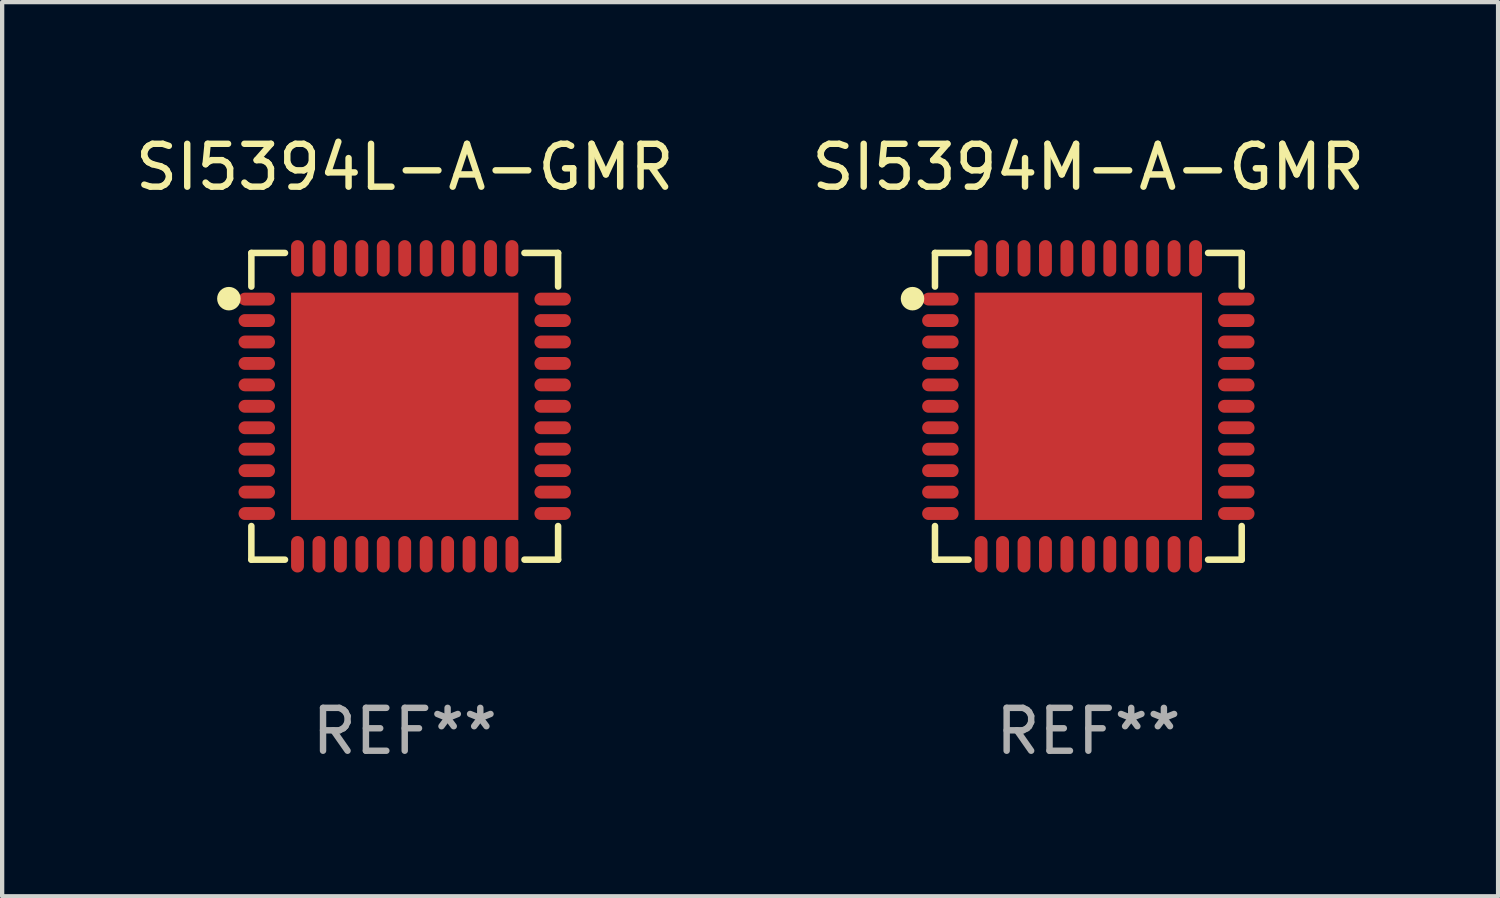
<source format=kicad_pcb>
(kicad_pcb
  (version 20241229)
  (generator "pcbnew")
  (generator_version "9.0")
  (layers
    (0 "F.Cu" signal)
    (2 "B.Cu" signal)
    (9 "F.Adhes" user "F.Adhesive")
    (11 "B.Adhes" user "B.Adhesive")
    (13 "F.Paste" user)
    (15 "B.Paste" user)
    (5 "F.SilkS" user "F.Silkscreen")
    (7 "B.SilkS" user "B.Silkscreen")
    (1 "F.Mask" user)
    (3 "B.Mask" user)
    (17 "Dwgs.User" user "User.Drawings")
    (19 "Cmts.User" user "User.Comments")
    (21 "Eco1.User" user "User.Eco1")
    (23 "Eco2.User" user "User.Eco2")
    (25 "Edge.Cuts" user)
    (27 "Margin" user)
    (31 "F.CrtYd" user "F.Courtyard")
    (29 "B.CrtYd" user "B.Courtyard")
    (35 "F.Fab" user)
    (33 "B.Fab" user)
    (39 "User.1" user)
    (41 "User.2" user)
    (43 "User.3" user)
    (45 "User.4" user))
  (footprint "SI5394M-A-GMR"
    (layer "F.Cu")
    (at 22.327 6.424)
    (property "Reference" "SI5394M-A-GMR" (at 0 -5.576 0) (layer "F.SilkS") (effects (font (size 1 1) (thickness 0.15))))
    (attr through_hole)
    (fp_line (start -3.576 -3.576) (end -2.792 -3.576) (stroke (width 0.152) (type solid)) (layer "F.SilkS"))
    (fp_line (start -3.576 -2.792) (end -3.576 -3.576) (stroke (width 0.152) (type solid)) (layer "F.SilkS"))
    (fp_line (start -3.576 2.792) (end -3.576 3.576) (stroke (width 0.152) (type solid)) (layer "F.SilkS"))
    (fp_line (start -3.576 3.576) (end -2.792 3.576) (stroke (width 0.152) (type solid)) (layer "F.SilkS"))
    (fp_line (start 3.576 -3.576) (end 2.792 -3.576) (stroke (width 0.152) (type solid)) (layer "F.SilkS"))
    (fp_line (start 3.576 -2.792) (end 3.576 -3.576) (stroke (width 0.152) (type solid)) (layer "F.SilkS"))
    (fp_line (start 3.576 2.792) (end 3.576 3.576) (stroke (width 0.152) (type solid)) (layer "F.SilkS"))
    (fp_line (start 3.576 3.576) (end 2.792 3.576) (stroke (width 0.152) (type solid)) (layer "F.SilkS"))
    (fp_arc (start -4.01016 -2.489967) (mid -3.990094 -2.494704) (end -3.970028 -2.489967) (stroke (width 0.254001) (type solid)) (layer "F.SilkS"))
    (fp_arc (start -3.970028 -2.489967) (mid -3.990094 -2.469901) (end -4.01016 -2.489967) (stroke (width 0.254001) (type solid)) (layer "F.SilkS"))
    (fp_circle (center -4.1 -2.51) (end -4.08 -2.51) (stroke (width 0.254) (type solid)) (fill no) (layer "F.SilkS"))
    (fp_text user "REF**" (at 0 7.576 0) (layer "F.Fab") (effects (font (size 1 1) (thickness 0.15))))
    (pad "1" smd oval (at -3.45 -2.5) (size 0.85 0.3) (layers "F.Cu" "F.Mask" "F.Paste"))
    (pad "2" smd oval (at -3.45 -2) (size 0.85 0.3) (layers "F.Cu" "F.Mask" "F.Paste"))
    (pad "3" smd oval (at -3.45 -1.5) (size 0.85 0.3) (layers "F.Cu" "F.Mask" "F.Paste"))
    (pad "4" smd oval (at -3.45 -1) (size 0.85 0.3) (layers "F.Cu" "F.Mask" "F.Paste"))
    (pad "5" smd oval (at -3.45 -0.5) (size 0.85 0.3) (layers "F.Cu" "F.Mask" "F.Paste"))
    (pad "6" smd oval (at -3.45 0) (size 0.85 0.3) (layers "F.Cu" "F.Mask" "F.Paste"))
    (pad "7" smd oval (at -3.45 0.5) (size 0.85 0.3) (layers "F.Cu" "F.Mask" "F.Paste"))
    (pad "8" smd oval (at -3.45 1) (size 0.85 0.3) (layers "F.Cu" "F.Mask" "F.Paste"))
    (pad "9" smd oval (at -3.45 1.5) (size 0.85 0.3) (layers "F.Cu" "F.Mask" "F.Paste"))
    (pad "10" smd oval (at -3.45 2) (size 0.85 0.3) (layers "F.Cu" "F.Mask" "F.Paste"))
    (pad "11" smd oval (at -3.45 2.5) (size 0.85 0.3) (layers "F.Cu" "F.Mask" "F.Paste"))
    (pad "12" smd oval (at -2.5 3.45) (size 0.3 0.85) (layers "F.Cu" "F.Mask" "F.Paste"))
    (pad "13" smd oval (at -2 3.45) (size 0.3 0.85) (layers "F.Cu" "F.Mask" "F.Paste"))
    (pad "14" smd oval (at -1.5 3.45) (size 0.3 0.85) (layers "F.Cu" "F.Mask" "F.Paste"))
    (pad "15" smd oval (at -1 3.45) (size 0.3 0.85) (layers "F.Cu" "F.Mask" "F.Paste"))
    (pad "16" smd oval (at -0.5 3.45) (size 0.3 0.85) (layers "F.Cu" "F.Mask" "F.Paste"))
    (pad "17" smd oval (at 0 3.45) (size 0.3 0.85) (layers "F.Cu" "F.Mask" "F.Paste"))
    (pad "18" smd oval (at 0.5 3.45) (size 0.3 0.85) (layers "F.Cu" "F.Mask" "F.Paste"))
    (pad "19" smd oval (at 1 3.45) (size 0.3 0.85) (layers "F.Cu" "F.Mask" "F.Paste"))
    (pad "20" smd oval (at 1.5 3.45) (size 0.3 0.85) (layers "F.Cu" "F.Mask" "F.Paste"))
    (pad "21" smd oval (at 2 3.45) (size 0.3 0.85) (layers "F.Cu" "F.Mask" "F.Paste"))
    (pad "22" smd oval (at 2.5 3.45) (size 0.3 0.85) (layers "F.Cu" "F.Mask" "F.Paste"))
    (pad "23" smd oval (at 3.45 2.5) (size 0.85 0.3) (layers "F.Cu" "F.Mask" "F.Paste"))
    (pad "24" smd oval (at 3.45 2) (size 0.85 0.3) (layers "F.Cu" "F.Mask" "F.Paste"))
    (pad "25" smd oval (at 3.45 1.5) (size 0.85 0.3) (layers "F.Cu" "F.Mask" "F.Paste"))
    (pad "26" smd oval (at 3.45 1) (size 0.85 0.3) (layers "F.Cu" "F.Mask" "F.Paste"))
    (pad "27" smd oval (at 3.45 0.5) (size 0.85 0.3) (layers "F.Cu" "F.Mask" "F.Paste"))
    (pad "28" smd oval (at 3.45 0) (size 0.85 0.3) (layers "F.Cu" "F.Mask" "F.Paste"))
    (pad "29" smd oval (at 3.45 -0.5) (size 0.85 0.3) (layers "F.Cu" "F.Mask" "F.Paste"))
    (pad "30" smd oval (at 3.45 -1) (size 0.85 0.3) (layers "F.Cu" "F.Mask" "F.Paste"))
    (pad "31" smd oval (at 3.45 -1.5) (size 0.85 0.3) (layers "F.Cu" "F.Mask" "F.Paste"))
    (pad "32" smd oval (at 3.45 -2) (size 0.85 0.3) (layers "F.Cu" "F.Mask" "F.Paste"))
    (pad "33" smd oval (at 3.45 -2.5) (size 0.85 0.3) (layers "F.Cu" "F.Mask" "F.Paste"))
    (pad "34" smd oval (at 2.5 -3.45) (size 0.3 0.85) (layers "F.Cu" "F.Mask" "F.Paste"))
    (pad "35" smd oval (at 2 -3.45) (size 0.3 0.85) (layers "F.Cu" "F.Mask" "F.Paste"))
    (pad "36" smd oval (at 1.5 -3.45) (size 0.3 0.85) (layers "F.Cu" "F.Mask" "F.Paste"))
    (pad "37" smd oval (at 1 -3.45) (size 0.3 0.85) (layers "F.Cu" "F.Mask" "F.Paste"))
    (pad "38" smd oval (at 0.5 -3.45) (size 0.3 0.85) (layers "F.Cu" "F.Mask" "F.Paste"))
    (pad "39" smd oval (at 0 -3.45) (size 0.3 0.85) (layers "F.Cu" "F.Mask" "F.Paste"))
    (pad "40" smd oval (at -0.5 -3.45) (size 0.3 0.85) (layers "F.Cu" "F.Mask" "F.Paste"))
    (pad "41" smd oval (at -1 -3.45) (size 0.3 0.85) (layers "F.Cu" "F.Mask" "F.Paste"))
    (pad "42" smd oval (at -1.5 -3.45) (size 0.3 0.85) (layers "F.Cu" "F.Mask" "F.Paste"))
    (pad "43" smd oval (at -2 -3.45) (size 0.3 0.85) (layers "F.Cu" "F.Mask" "F.Paste"))
    (pad "44" smd oval (at -2.5 -3.45) (size 0.3 0.85) (layers "F.Cu" "F.Mask" "F.Paste"))
    (pad "45" smd rect (at 0 0) (size 5.3 5.3) (layers "F.Cu" "F.Mask" "F.Paste")))
  (footprint "SI5394L-A-GMR"
    (layer "F.Cu")
    (at 6.387 6.424)
    (property "Reference" "SI5394L-A-GMR" (at 0 -5.576 0) (layer "F.SilkS") (effects (font (size 1 1) (thickness 0.15))))
    (attr through_hole)
    (fp_line (start -3.576 -3.576) (end -2.792 -3.576) (stroke (width 0.152) (type solid)) (layer "F.SilkS"))
    (fp_line (start -3.576 -2.792) (end -3.576 -3.576) (stroke (width 0.152) (type solid)) (layer "F.SilkS"))
    (fp_line (start -3.576 2.792) (end -3.576 3.576) (stroke (width 0.152) (type solid)) (layer "F.SilkS"))
    (fp_line (start -3.576 3.576) (end -2.792 3.576) (stroke (width 0.152) (type solid)) (layer "F.SilkS"))
    (fp_line (start 3.576 -3.576) (end 2.792 -3.576) (stroke (width 0.152) (type solid)) (layer "F.SilkS"))
    (fp_line (start 3.576 -2.792) (end 3.576 -3.576) (stroke (width 0.152) (type solid)) (layer "F.SilkS"))
    (fp_line (start 3.576 2.792) (end 3.576 3.576) (stroke (width 0.152) (type solid)) (layer "F.SilkS"))
    (fp_line (start 3.576 3.576) (end 2.792 3.576) (stroke (width 0.152) (type solid)) (layer "F.SilkS"))
    (fp_arc (start -4.01016 -2.489967) (mid -3.990094 -2.494704) (end -3.970028 -2.489967) (stroke (width 0.254001) (type solid)) (layer "F.SilkS"))
    (fp_arc (start -3.970028 -2.489967) (mid -3.990094 -2.469901) (end -4.01016 -2.489967) (stroke (width 0.254001) (type solid)) (layer "F.SilkS"))
    (fp_circle (center -4.1 -2.51) (end -4.08 -2.51) (stroke (width 0.254) (type solid)) (fill no) (layer "F.SilkS"))
    (fp_text user "REF**" (at 0 7.576 0) (layer "F.Fab") (effects (font (size 1 1) (thickness 0.15))))
    (pad "1" smd oval (at -3.45 -2.5) (size 0.85 0.3) (layers "F.Cu" "F.Mask" "F.Paste"))
    (pad "2" smd oval (at -3.45 -2) (size 0.85 0.3) (layers "F.Cu" "F.Mask" "F.Paste"))
    (pad "3" smd oval (at -3.45 -1.5) (size 0.85 0.3) (layers "F.Cu" "F.Mask" "F.Paste"))
    (pad "4" smd oval (at -3.45 -1) (size 0.85 0.3) (layers "F.Cu" "F.Mask" "F.Paste"))
    (pad "5" smd oval (at -3.45 -0.5) (size 0.85 0.3) (layers "F.Cu" "F.Mask" "F.Paste"))
    (pad "6" smd oval (at -3.45 0) (size 0.85 0.3) (layers "F.Cu" "F.Mask" "F.Paste"))
    (pad "7" smd oval (at -3.45 0.5) (size 0.85 0.3) (layers "F.Cu" "F.Mask" "F.Paste"))
    (pad "8" smd oval (at -3.45 1) (size 0.85 0.3) (layers "F.Cu" "F.Mask" "F.Paste"))
    (pad "9" smd oval (at -3.45 1.5) (size 0.85 0.3) (layers "F.Cu" "F.Mask" "F.Paste"))
    (pad "10" smd oval (at -3.45 2) (size 0.85 0.3) (layers "F.Cu" "F.Mask" "F.Paste"))
    (pad "11" smd oval (at -3.45 2.5) (size 0.85 0.3) (layers "F.Cu" "F.Mask" "F.Paste"))
    (pad "12" smd oval (at -2.5 3.45) (size 0.3 0.85) (layers "F.Cu" "F.Mask" "F.Paste"))
    (pad "13" smd oval (at -2 3.45) (size 0.3 0.85) (layers "F.Cu" "F.Mask" "F.Paste"))
    (pad "14" smd oval (at -1.5 3.45) (size 0.3 0.85) (layers "F.Cu" "F.Mask" "F.Paste"))
    (pad "15" smd oval (at -1 3.45) (size 0.3 0.85) (layers "F.Cu" "F.Mask" "F.Paste"))
    (pad "16" smd oval (at -0.5 3.45) (size 0.3 0.85) (layers "F.Cu" "F.Mask" "F.Paste"))
    (pad "17" smd oval (at 0 3.45) (size 0.3 0.85) (layers "F.Cu" "F.Mask" "F.Paste"))
    (pad "18" smd oval (at 0.5 3.45) (size 0.3 0.85) (layers "F.Cu" "F.Mask" "F.Paste"))
    (pad "19" smd oval (at 1 3.45) (size 0.3 0.85) (layers "F.Cu" "F.Mask" "F.Paste"))
    (pad "20" smd oval (at 1.5 3.45) (size 0.3 0.85) (layers "F.Cu" "F.Mask" "F.Paste"))
    (pad "21" smd oval (at 2 3.45) (size 0.3 0.85) (layers "F.Cu" "F.Mask" "F.Paste"))
    (pad "22" smd oval (at 2.5 3.45) (size 0.3 0.85) (layers "F.Cu" "F.Mask" "F.Paste"))
    (pad "23" smd oval (at 3.45 2.5) (size 0.85 0.3) (layers "F.Cu" "F.Mask" "F.Paste"))
    (pad "24" smd oval (at 3.45 2) (size 0.85 0.3) (layers "F.Cu" "F.Mask" "F.Paste"))
    (pad "25" smd oval (at 3.45 1.5) (size 0.85 0.3) (layers "F.Cu" "F.Mask" "F.Paste"))
    (pad "26" smd oval (at 3.45 1) (size 0.85 0.3) (layers "F.Cu" "F.Mask" "F.Paste"))
    (pad "27" smd oval (at 3.45 0.5) (size 0.85 0.3) (layers "F.Cu" "F.Mask" "F.Paste"))
    (pad "28" smd oval (at 3.45 0) (size 0.85 0.3) (layers "F.Cu" "F.Mask" "F.Paste"))
    (pad "29" smd oval (at 3.45 -0.5) (size 0.85 0.3) (layers "F.Cu" "F.Mask" "F.Paste"))
    (pad "30" smd oval (at 3.45 -1) (size 0.85 0.3) (layers "F.Cu" "F.Mask" "F.Paste"))
    (pad "31" smd oval (at 3.45 -1.5) (size 0.85 0.3) (layers "F.Cu" "F.Mask" "F.Paste"))
    (pad "32" smd oval (at 3.45 -2) (size 0.85 0.3) (layers "F.Cu" "F.Mask" "F.Paste"))
    (pad "33" smd oval (at 3.45 -2.5) (size 0.85 0.3) (layers "F.Cu" "F.Mask" "F.Paste"))
    (pad "34" smd oval (at 2.5 -3.45) (size 0.3 0.85) (layers "F.Cu" "F.Mask" "F.Paste"))
    (pad "35" smd oval (at 2 -3.45) (size 0.3 0.85) (layers "F.Cu" "F.Mask" "F.Paste"))
    (pad "36" smd oval (at 1.5 -3.45) (size 0.3 0.85) (layers "F.Cu" "F.Mask" "F.Paste"))
    (pad "37" smd oval (at 1 -3.45) (size 0.3 0.85) (layers "F.Cu" "F.Mask" "F.Paste"))
    (pad "38" smd oval (at 0.5 -3.45) (size 0.3 0.85) (layers "F.Cu" "F.Mask" "F.Paste"))
    (pad "39" smd oval (at 0 -3.45) (size 0.3 0.85) (layers "F.Cu" "F.Mask" "F.Paste"))
    (pad "40" smd oval (at -0.5 -3.45) (size 0.3 0.85) (layers "F.Cu" "F.Mask" "F.Paste"))
    (pad "41" smd oval (at -1 -3.45) (size 0.3 0.85) (layers "F.Cu" "F.Mask" "F.Paste"))
    (pad "42" smd oval (at -1.5 -3.45) (size 0.3 0.85) (layers "F.Cu" "F.Mask" "F.Paste"))
    (pad "43" smd oval (at -2 -3.45) (size 0.3 0.85) (layers "F.Cu" "F.Mask" "F.Paste"))
    (pad "44" smd oval (at -2.5 -3.45) (size 0.3 0.85) (layers "F.Cu" "F.Mask" "F.Paste"))
    (pad "45" smd rect (at 0 0) (size 5.3 5.3) (layers "F.Cu" "F.Mask" "F.Paste")))
  (gr_rect
    (start -3 -3)
    (end 31.881 17.849)
    (stroke (width 0.1) (type default))
    (fill no)
    (layer "Edge.Cuts")))
</source>
